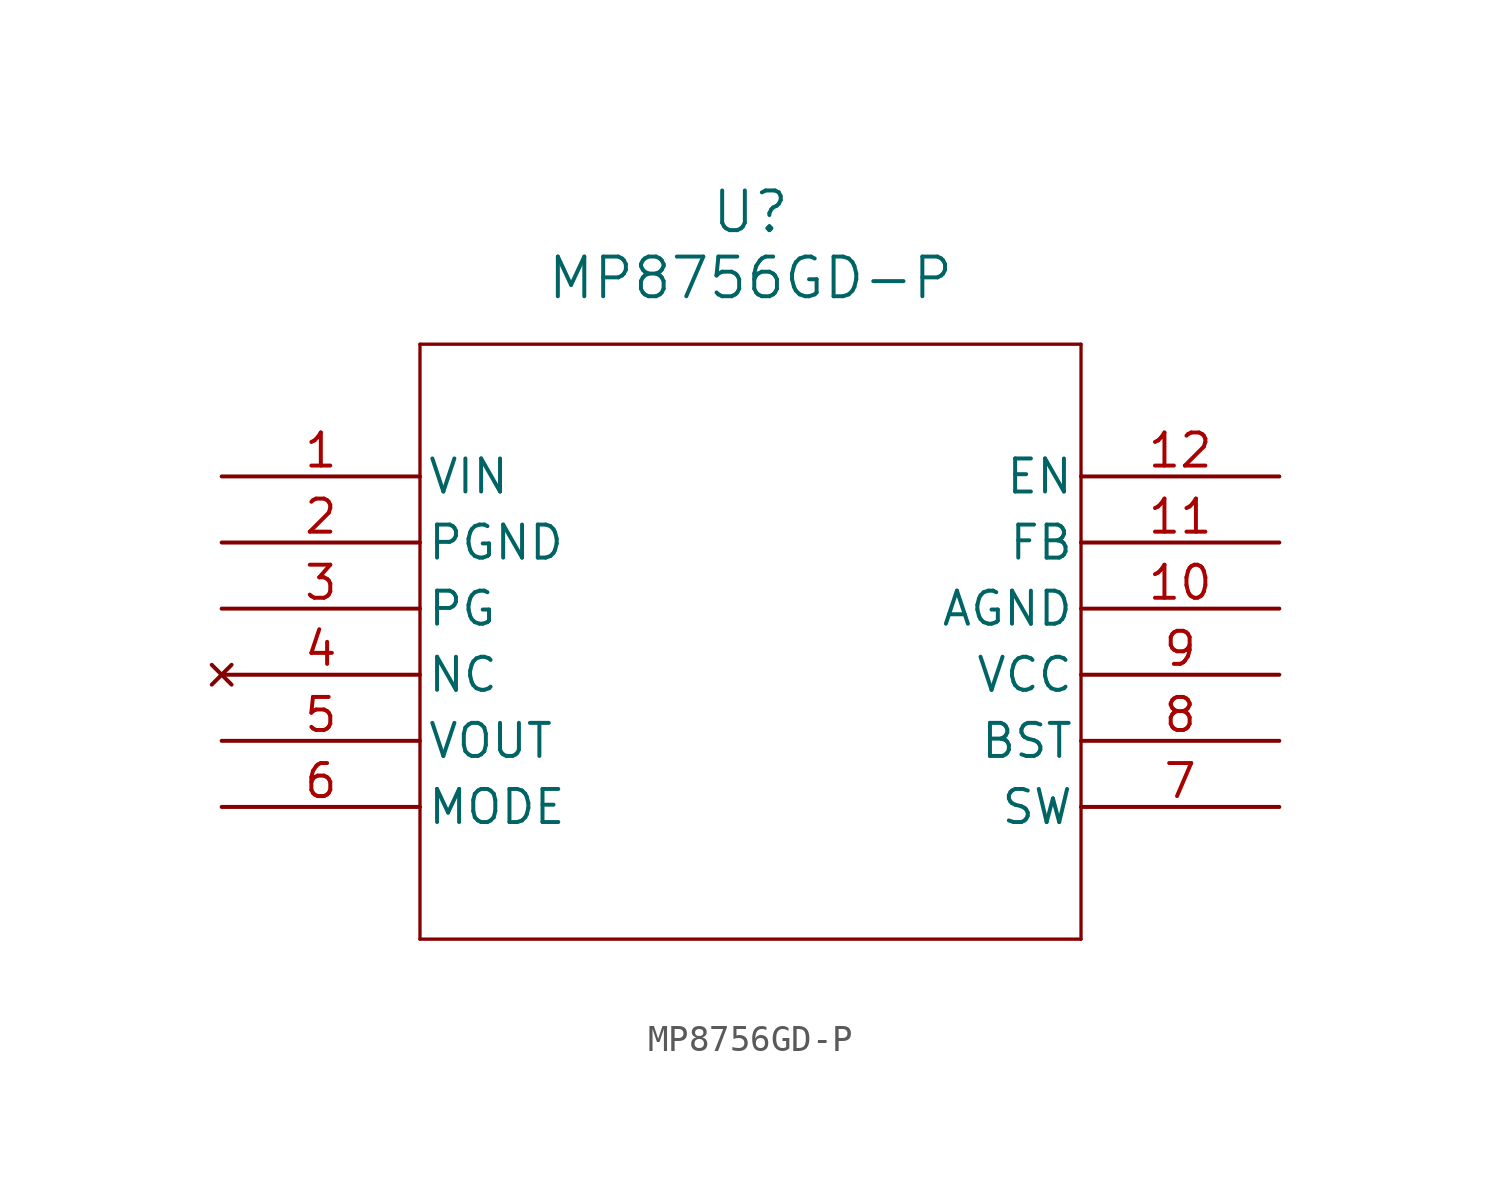
<source format=kicad_sym>
(kicad_symbol_lib
  (version 20211014)
  (generator kicad_symbol_editor)
  (symbol "MP8756GD-P"
    (pin_names
      (offset 0.254))
    (property "Reference" "U"
      (at 20.32 10.16 0)
      (effects (font (size 1.524 1.524))))
    (property "Value" "MP8756GD-P"
      (at 20.32 7.62 0)
      (effects (font (size 1.524 1.524))))
    (symbol "MP8756GD-P_0_1"
      (polyline (pts (xy 7.62 5.08) (xy 7.62 -17.78)) (stroke (width 0.127) (type default) (color 0 0 0 0)) (fill (type none)))
      (polyline (pts (xy 7.62 -17.78) (xy 33.02 -17.78)) (stroke (width 0.127) (type default) (color 0 0 0 0)) (fill (type none)))
      (polyline (pts (xy 33.02 -17.78) (xy 33.02 5.08)) (stroke (width 0.127) (type default) (color 0 0 0 0)) (fill (type none)))
      (polyline (pts (xy 33.02 5.08) (xy 7.62 5.08)) (stroke (width 0.127) (type default) (color 0 0 0 0)) (fill (type none)))
      (pin power_in line (at 0 0 0) (length 7.62) (name "VIN" (effects (font (size 1.27 1.27)))) (number "1" (effects (font (size 1.27 1.27)))))
      (pin power_in line (at 0 -2.54 0) (length 7.62) (name "PGND" (effects (font (size 1.27 1.27)))) (number "2" (effects (font (size 1.27 1.27)))))
      (pin output line (at 0 -5.08 0) (length 7.62) (name "PG" (effects (font (size 1.27 1.27)))) (number "3" (effects (font (size 1.27 1.27)))))
      (pin no_connect line (at 0 -7.62 0) (length 7.62) (name "NC" (effects (font (size 1.27 1.27)))) (number "4" (effects (font (size 1.27 1.27)))))
      (pin power_in line (at 0 -10.16 0) (length 7.62) (name "VOUT" (effects (font (size 1.27 1.27)))) (number "5" (effects (font (size 1.27 1.27)))))
      (pin unspecified line (at 0 -12.7 0) (length 7.62) (name "MODE" (effects (font (size 1.27 1.27)))) (number "6" (effects (font (size 1.27 1.27)))))
      (pin output line (at 40.64 -12.7 180) (length 7.62) (name "SW" (effects (font (size 1.27 1.27)))) (number "7" (effects (font (size 1.27 1.27)))))
      (pin power_in line (at 40.64 -10.16 180) (length 7.62) (name "BST" (effects (font (size 1.27 1.27)))) (number "8" (effects (font (size 1.27 1.27)))))
      (pin power_in line (at 40.64 -7.62 180) (length 7.62) (name "VCC" (effects (font (size 1.27 1.27)))) (number "9" (effects (font (size 1.27 1.27)))))
      (pin power_in line (at 40.64 -5.08 180) (length 7.62) (name "AGND" (effects (font (size 1.27 1.27)))) (number "10" (effects (font (size 1.27 1.27)))))
      (pin unspecified line (at 40.64 -2.54 180) (length 7.62) (name "FB" (effects (font (size 1.27 1.27)))) (number "11" (effects (font (size 1.27 1.27)))))
      (pin input line (at 40.64 0 180) (length 7.62) (name "EN" (effects (font (size 1.27 1.27)))) (number "12" (effects (font (size 1.27 1.27))))))))
</source>
